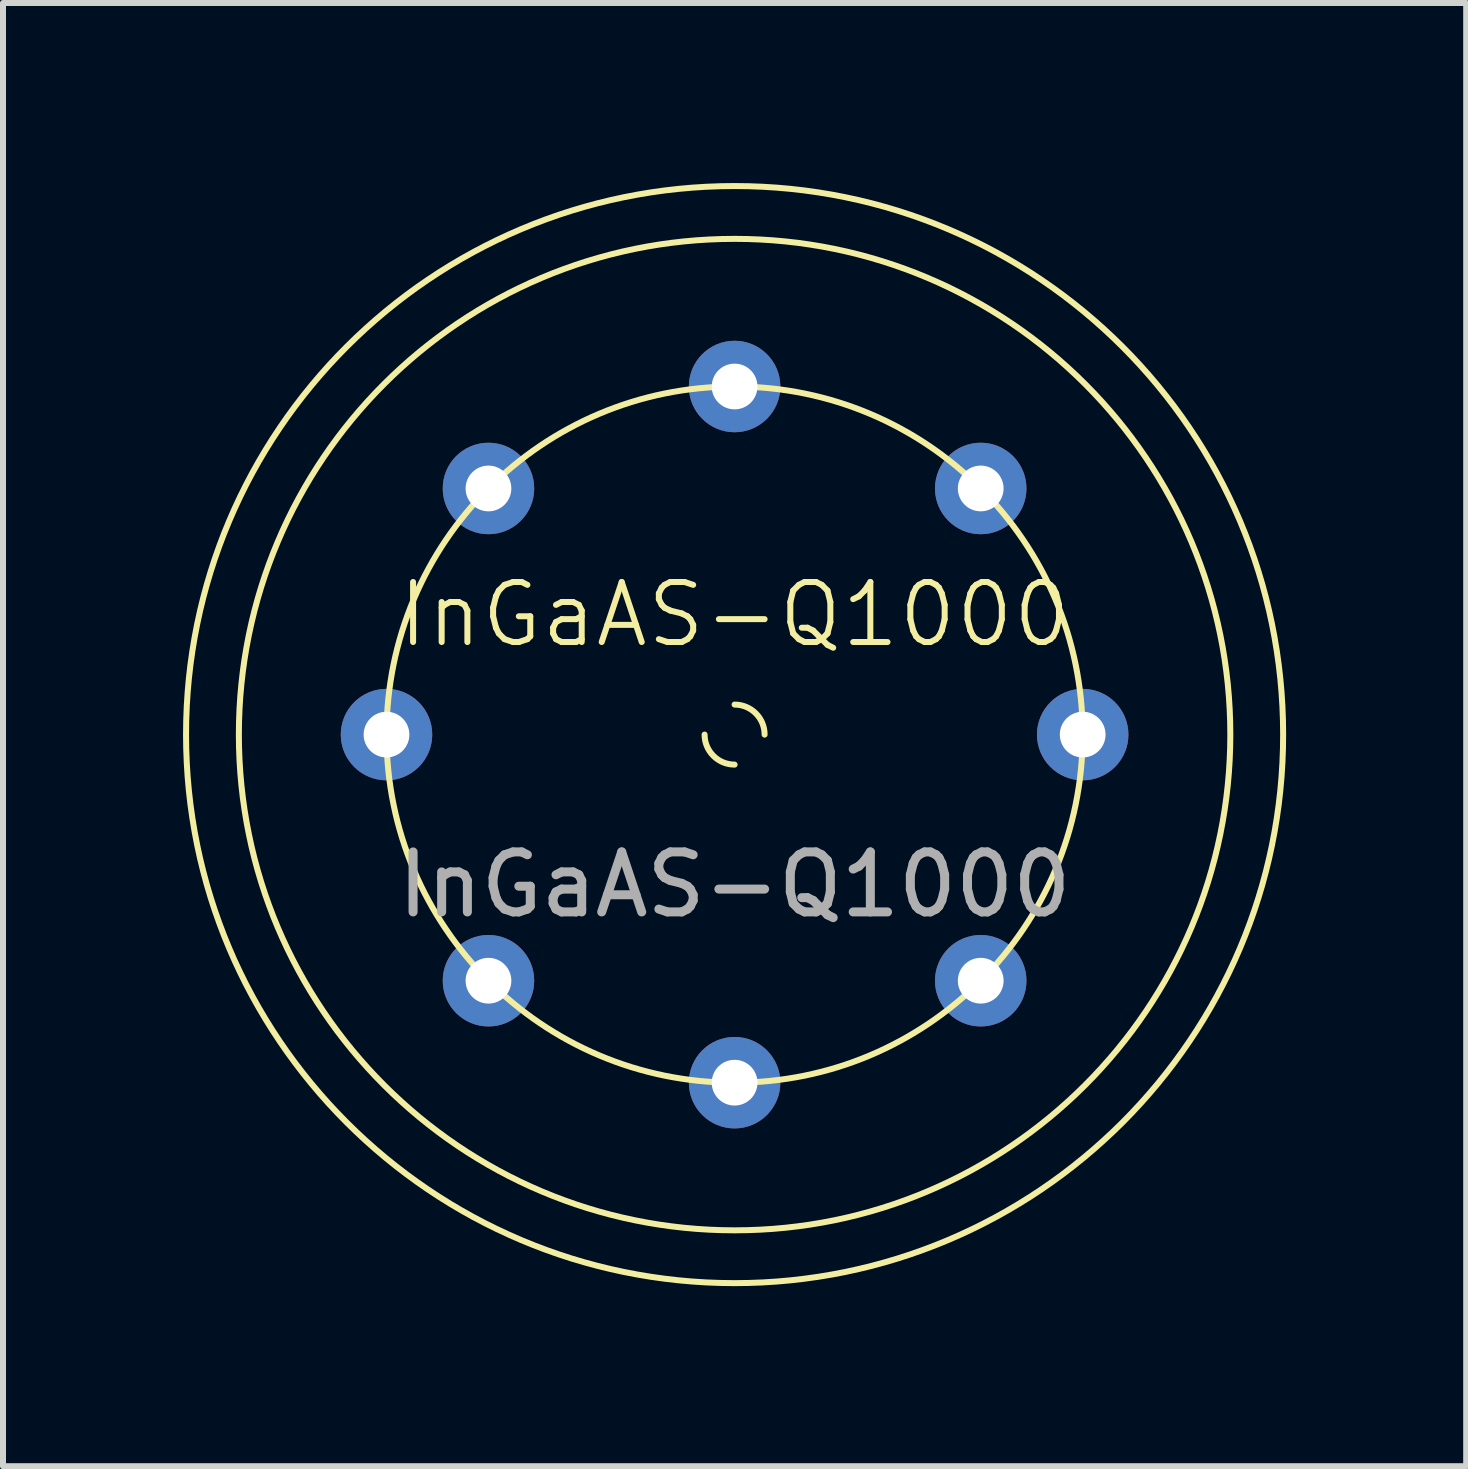
<source format=kicad_pcb>
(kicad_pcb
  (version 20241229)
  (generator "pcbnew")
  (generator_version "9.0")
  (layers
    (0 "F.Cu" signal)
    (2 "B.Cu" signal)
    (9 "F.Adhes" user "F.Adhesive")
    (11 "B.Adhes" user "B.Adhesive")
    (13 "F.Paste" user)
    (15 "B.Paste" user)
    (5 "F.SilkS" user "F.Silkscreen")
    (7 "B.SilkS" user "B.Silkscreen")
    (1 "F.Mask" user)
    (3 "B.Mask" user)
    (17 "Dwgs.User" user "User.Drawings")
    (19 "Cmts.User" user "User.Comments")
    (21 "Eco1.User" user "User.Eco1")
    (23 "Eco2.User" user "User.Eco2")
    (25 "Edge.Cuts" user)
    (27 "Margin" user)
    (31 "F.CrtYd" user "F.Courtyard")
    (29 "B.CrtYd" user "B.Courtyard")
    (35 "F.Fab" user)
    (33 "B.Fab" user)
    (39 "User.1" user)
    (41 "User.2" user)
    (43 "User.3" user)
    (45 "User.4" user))
  (footprint "InGaAS-Q1000"
    (layer "F.Cu")
    (at 9.19 9.19)
    (property "Reference" "InGaAS-Q1000" (at 0 -2 0) (unlocked yes) (layer "F.SilkS") (effects (font (size 1 1) (thickness 0.1))))
    (attr through_hole)
    (fp_arc (start 0 -0.5) (mid 0.353553 -0.353553) (end 0.5 0) (stroke (width 0.1) (type default)) (layer "F.SilkS"))
    (fp_arc (start 0 0.5) (mid -0.353553 0.353553) (end -0.5 0) (stroke (width 0.1) (type default)) (layer "F.SilkS"))
    (fp_circle (center 0 0) (end 5.8 0) (stroke (width 0.1) (type default)) (fill no) (layer "F.SilkS"))
    (fp_circle (center 0 0) (end 8.26 0) (stroke (width 0.1) (type default)) (fill no) (layer "F.SilkS"))
    (fp_circle (center 0 0) (end 9.14 0) (stroke (width 0.1) (type solid)) (fill no) (layer "F.SilkS"))
    (fp_text user "${REFERENCE}" (at 0 2.5 0) (unlocked yes) (layer "F.Fab") (effects (font (size 1 1) (thickness 0.15))))
    (pad "0" thru_hole circle (at -5.8 0) (size 1.524 1.524) (drill 0.762) (layers "*.Cu" "*.Mask"))
    (pad "1" thru_hole circle (at -4.101 -4.101) (size 1.524 1.524) (drill 0.762) (layers "*.Cu" "*.Mask"))
    (pad "2" thru_hole circle (at 4.101 -4.101) (size 1.524 1.524) (drill 0.762) (layers "*.Cu" "*.Mask"))
    (pad "3" thru_hole circle (at 4.101 4.101) (size 1.524 1.524) (drill 0.762) (layers "*.Cu" "*.Mask"))
    (pad "4" thru_hole circle (at -4.101 4.101) (size 1.524 1.524) (drill 0.762) (layers "*.Cu" "*.Mask"))
    (pad "5" thru_hole circle (at 5.8 0) (size 1.524 1.524) (drill 0.762) (layers "*.Cu" "*.Mask"))
    (pad "6" thru_hole circle (at 0 5.8) (size 1.524 1.524) (drill 0.762) (layers "*.Cu" "*.Mask"))
    (pad "7" thru_hole circle (at 0 -5.8) (size 1.524 1.524) (drill 0.762) (layers "*.Cu" "*.Mask")))
  (gr_rect
    (start -3 -3)
    (end 21.38 21.38)
    (stroke (width 0.1) (type default))
    (fill no)
    (layer "Edge.Cuts")))
</source>
